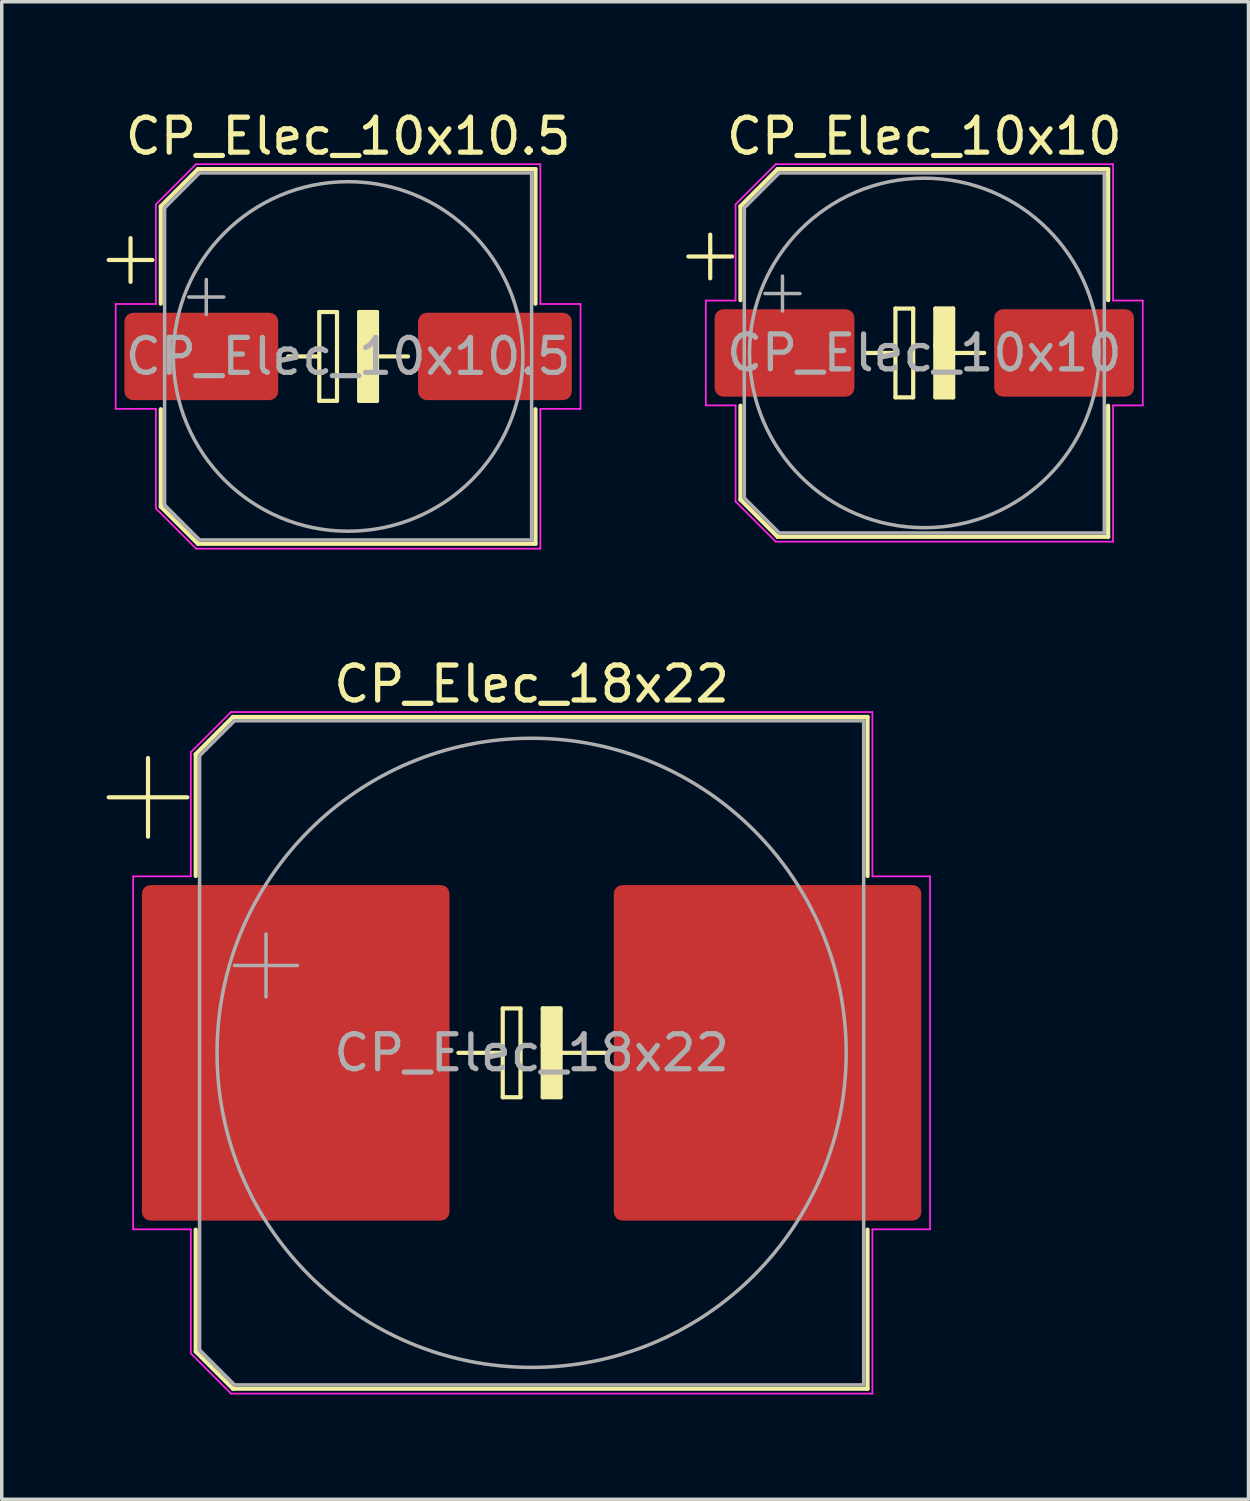
<source format=kicad_pcb>
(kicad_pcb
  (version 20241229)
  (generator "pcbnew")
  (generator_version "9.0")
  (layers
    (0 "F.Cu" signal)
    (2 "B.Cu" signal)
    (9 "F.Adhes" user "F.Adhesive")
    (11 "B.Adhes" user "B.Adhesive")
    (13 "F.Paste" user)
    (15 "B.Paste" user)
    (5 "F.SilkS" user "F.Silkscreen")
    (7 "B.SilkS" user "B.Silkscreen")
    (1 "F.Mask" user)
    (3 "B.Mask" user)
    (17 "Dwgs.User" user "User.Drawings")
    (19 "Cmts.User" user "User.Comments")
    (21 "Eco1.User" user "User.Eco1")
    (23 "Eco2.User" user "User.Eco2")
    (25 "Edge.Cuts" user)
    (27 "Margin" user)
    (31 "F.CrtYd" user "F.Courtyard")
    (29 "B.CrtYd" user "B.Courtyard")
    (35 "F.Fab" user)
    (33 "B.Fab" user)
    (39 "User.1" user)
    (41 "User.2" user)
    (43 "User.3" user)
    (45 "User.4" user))
  (footprint "CP_Elec_10x10.5"
    (layer "F.Cu")
    (at 6.91 7.148)
    (property "Reference" "CP_Elec_10x10.5" (at 0 -6.3 0) (layer "F.SilkS") (effects (font (size 1 1) (thickness 0.15))))
    (attr smd)
    (fp_line (start -6.85 -2.76) (end -5.6 -2.76) (stroke (width 0.12) (type solid)) (layer "F.SilkS"))
    (fp_line (start -6.225 -3.385) (end -6.225 -2.135) (stroke (width 0.12) (type solid)) (layer "F.SilkS"))
    (fp_line (start -5.36 -4.296) (end -5.36 -1.51) (stroke (width 0.12) (type solid)) (layer "F.SilkS"))
    (fp_line (start -5.36 -4.296) (end -4.296 -5.36) (stroke (width 0.12) (type solid)) (layer "F.SilkS"))
    (fp_line (start -5.36 4.296) (end -5.36 1.51) (stroke (width 0.12) (type solid)) (layer "F.SilkS"))
    (fp_line (start -5.36 4.296) (end -4.296 5.36) (stroke (width 0.12) (type solid)) (layer "F.SilkS"))
    (fp_line (start -4.296 -5.36) (end 5.36 -5.36) (stroke (width 0.12) (type solid)) (layer "F.SilkS"))
    (fp_line (start -4.296 5.36) (end 5.36 5.36) (stroke (width 0.12) (type solid)) (layer "F.SilkS"))
    (fp_line (start -1.714 0) (end -0.826 0) (stroke (width 0.12) (type solid)) (layer "F.SilkS"))
    (fp_line (start -0.826 1.27) (end -0.826 -1.27) (stroke (width 0.12) (type solid)) (layer "F.SilkS"))
    (fp_line (start -0.318 -1.27) (end -0.826 -1.27) (stroke (width 0.12) (type solid)) (layer "F.SilkS"))
    (fp_line (start -0.318 -1.27) (end -0.318 1.27) (stroke (width 0.12) (type solid)) (layer "F.SilkS"))
    (fp_line (start -0.318 1.27) (end -0.826 1.27) (stroke (width 0.12) (type solid)) (layer "F.SilkS"))
    (fp_line (start 0.318 -1.27) (end 0.318 -0.191) (stroke (width 0.12) (type solid)) (layer "F.SilkS"))
    (fp_line (start 0.318 -0.254) (end 0.318 1.27) (stroke (width 0.12) (type solid)) (layer "F.SilkS"))
    (fp_line (start 0.318 1.27) (end 0.826 1.27) (stroke (width 0.12) (type solid)) (layer "F.SilkS"))
    (fp_line (start 0.826 -1.27) (end 0.318 -1.27) (stroke (width 0.12) (type solid)) (layer "F.SilkS"))
    (fp_line (start 0.826 0) (end 1.714 0) (stroke (width 0.12) (type solid)) (layer "F.SilkS"))
    (fp_line (start 0.826 1.27) (end 0.826 -1.27) (stroke (width 0.12) (type solid)) (layer "F.SilkS"))
    (fp_line (start 5.36 -5.36) (end 5.36 -1.51) (stroke (width 0.12) (type solid)) (layer "F.SilkS"))
    (fp_line (start 5.36 5.36) (end 5.36 1.51) (stroke (width 0.12) (type solid)) (layer "F.SilkS"))
    (fp_poly (pts (xy 0.826 1.27) (xy 0.318 1.27) (xy 0.318 -1.27) (xy 0.826 -1.27)) (stroke (width 0.1) (type solid)) (fill yes) (layer "F.SilkS"))
    (fp_line (start -6.65 -1.5) (end -6.65 1.5) (stroke (width 0.05) (type solid)) (layer "F.CrtYd"))
    (fp_line (start -6.65 1.5) (end -5.5 1.5) (stroke (width 0.05) (type solid)) (layer "F.CrtYd"))
    (fp_line (start -5.5 -4.35) (end -5.5 -1.5) (stroke (width 0.05) (type solid)) (layer "F.CrtYd"))
    (fp_line (start -5.5 -4.35) (end -4.35 -5.5) (stroke (width 0.05) (type solid)) (layer "F.CrtYd"))
    (fp_line (start -5.5 -1.5) (end -6.65 -1.5) (stroke (width 0.05) (type solid)) (layer "F.CrtYd"))
    (fp_line (start -5.5 1.5) (end -5.5 4.35) (stroke (width 0.05) (type solid)) (layer "F.CrtYd"))
    (fp_line (start -5.5 4.35) (end -4.35 5.5) (stroke (width 0.05) (type solid)) (layer "F.CrtYd"))
    (fp_line (start -4.35 -5.5) (end 5.5 -5.5) (stroke (width 0.05) (type solid)) (layer "F.CrtYd"))
    (fp_line (start -4.35 5.5) (end 5.5 5.5) (stroke (width 0.05) (type solid)) (layer "F.CrtYd"))
    (fp_line (start 5.5 -5.5) (end 5.5 -1.5) (stroke (width 0.05) (type solid)) (layer "F.CrtYd"))
    (fp_line (start 5.5 -1.5) (end 6.65 -1.5) (stroke (width 0.05) (type solid)) (layer "F.CrtYd"))
    (fp_line (start 5.5 1.5) (end 5.5 5.5) (stroke (width 0.05) (type solid)) (layer "F.CrtYd"))
    (fp_line (start 6.65 -1.5) (end 6.65 1.5) (stroke (width 0.05) (type solid)) (layer "F.CrtYd"))
    (fp_line (start 6.65 1.5) (end 5.5 1.5) (stroke (width 0.05) (type solid)) (layer "F.CrtYd"))
    (fp_line (start -5.25 -4.25) (end -5.25 4.25) (stroke (width 0.1) (type solid)) (layer "F.Fab"))
    (fp_line (start -5.25 -4.25) (end -4.25 -5.25) (stroke (width 0.1) (type solid)) (layer "F.Fab"))
    (fp_line (start -5.25 4.25) (end -4.25 5.25) (stroke (width 0.1) (type solid)) (layer "F.Fab"))
    (fp_line (start -4.558 -1.7) (end -3.558 -1.7) (stroke (width 0.1) (type solid)) (layer "F.Fab"))
    (fp_line (start -4.25 -5.25) (end 5.25 -5.25) (stroke (width 0.1) (type solid)) (layer "F.Fab"))
    (fp_line (start -4.25 5.25) (end 5.25 5.25) (stroke (width 0.1) (type solid)) (layer "F.Fab"))
    (fp_line (start -4.058 -2.2) (end -4.058 -1.2) (stroke (width 0.1) (type solid)) (layer "F.Fab"))
    (fp_line (start 5.25 -5.25) (end 5.25 5.25) (stroke (width 0.1) (type solid)) (layer "F.Fab"))
    (fp_circle (center 0 0) (end 5 0) (stroke (width 0.1) (type solid)) (fill no) (layer "F.Fab"))
    (fp_text user "${REFERENCE}" (at 0 0 0) (layer "F.Fab") (effects (font (size 1 1) (thickness 0.15))))
    (pad "1" smd roundrect (at -4.2 0) (size 4.4 2.5) (layers "F.Cu" "F.Mask" "F.Paste") (roundrect_rratio 0.1))
    (pad "2" smd roundrect (at 4.2 0) (size 4.4 2.5) (layers "F.Cu" "F.Mask" "F.Paste") (roundrect_rratio 0.1)))
  (footprint "CP_Elec_18x22"
    (layer "F.Cu")
    (at 12.16 27.072)
    (property "Reference" "CP_Elec_18x22" (at 0 -10.55 0) (layer "F.SilkS") (effects (font (size 1 1) (thickness 0.15))))
    (attr smd)
    (fp_line (start -12.1 -7.31) (end -9.85 -7.31) (stroke (width 0.12) (type solid)) (layer "F.SilkS"))
    (fp_line (start -10.975 -8.435) (end -10.975 -6.185) (stroke (width 0.12) (type solid)) (layer "F.SilkS"))
    (fp_line (start -9.61 -8.546) (end -9.61 -5.06) (stroke (width 0.12) (type solid)) (layer "F.SilkS"))
    (fp_line (start -9.61 -8.546) (end -8.546 -9.61) (stroke (width 0.12) (type solid)) (layer "F.SilkS"))
    (fp_line (start -9.61 8.546) (end -9.61 5.06) (stroke (width 0.12) (type solid)) (layer "F.SilkS"))
    (fp_line (start -9.61 8.546) (end -8.546 9.61) (stroke (width 0.12) (type solid)) (layer "F.SilkS"))
    (fp_line (start -8.546 -9.61) (end 9.61 -9.61) (stroke (width 0.12) (type solid)) (layer "F.SilkS"))
    (fp_line (start -8.546 9.61) (end 9.61 9.61) (stroke (width 0.12) (type solid)) (layer "F.SilkS"))
    (fp_line (start -2.095 0) (end -0.826 0) (stroke (width 0.12) (type solid)) (layer "F.SilkS"))
    (fp_line (start -0.826 1.27) (end -0.826 -1.27) (stroke (width 0.12) (type solid)) (layer "F.SilkS"))
    (fp_line (start -0.318 -1.27) (end -0.826 -1.27) (stroke (width 0.12) (type solid)) (layer "F.SilkS"))
    (fp_line (start -0.318 -1.27) (end -0.318 1.27) (stroke (width 0.12) (type solid)) (layer "F.SilkS"))
    (fp_line (start -0.318 1.27) (end -0.826 1.27) (stroke (width 0.12) (type solid)) (layer "F.SilkS"))
    (fp_line (start 0.318 -1.27) (end 0.318 -0.191) (stroke (width 0.12) (type solid)) (layer "F.SilkS"))
    (fp_line (start 0.318 -0.254) (end 0.318 1.27) (stroke (width 0.12) (type solid)) (layer "F.SilkS"))
    (fp_line (start 0.318 1.27) (end 0.826 1.27) (stroke (width 0.12) (type solid)) (layer "F.SilkS"))
    (fp_line (start 0.826 -1.27) (end 0.318 -1.27) (stroke (width 0.12) (type solid)) (layer "F.SilkS"))
    (fp_line (start 0.826 0) (end 2.095 0) (stroke (width 0.12) (type solid)) (layer "F.SilkS"))
    (fp_line (start 0.826 1.27) (end 0.826 -1.27) (stroke (width 0.12) (type solid)) (layer "F.SilkS"))
    (fp_line (start 9.61 -9.61) (end 9.61 -5.06) (stroke (width 0.12) (type solid)) (layer "F.SilkS"))
    (fp_line (start 9.61 9.61) (end 9.61 5.06) (stroke (width 0.12) (type solid)) (layer "F.SilkS"))
    (fp_poly (pts (xy 0.826 1.27) (xy 0.318 1.27) (xy 0.318 -1.27) (xy 0.826 -1.27)) (stroke (width 0.1) (type solid)) (fill yes) (layer "F.SilkS"))
    (fp_line (start -11.4 -5.05) (end -11.4 5.05) (stroke (width 0.05) (type solid)) (layer "F.CrtYd"))
    (fp_line (start -11.4 5.05) (end -9.75 5.05) (stroke (width 0.05) (type solid)) (layer "F.CrtYd"))
    (fp_line (start -9.75 -8.6) (end -9.75 -5.05) (stroke (width 0.05) (type solid)) (layer "F.CrtYd"))
    (fp_line (start -9.75 -8.6) (end -8.6 -9.75) (stroke (width 0.05) (type solid)) (layer "F.CrtYd"))
    (fp_line (start -9.75 -5.05) (end -11.4 -5.05) (stroke (width 0.05) (type solid)) (layer "F.CrtYd"))
    (fp_line (start -9.75 5.05) (end -9.75 8.6) (stroke (width 0.05) (type solid)) (layer "F.CrtYd"))
    (fp_line (start -9.75 8.6) (end -8.6 9.75) (stroke (width 0.05) (type solid)) (layer "F.CrtYd"))
    (fp_line (start -8.6 -9.75) (end 9.75 -9.75) (stroke (width 0.05) (type solid)) (layer "F.CrtYd"))
    (fp_line (start -8.6 9.75) (end 9.75 9.75) (stroke (width 0.05) (type solid)) (layer "F.CrtYd"))
    (fp_line (start 9.75 -9.75) (end 9.75 -5.05) (stroke (width 0.05) (type solid)) (layer "F.CrtYd"))
    (fp_line (start 9.75 -5.05) (end 11.4 -5.05) (stroke (width 0.05) (type solid)) (layer "F.CrtYd"))
    (fp_line (start 9.75 5.05) (end 9.75 9.75) (stroke (width 0.05) (type solid)) (layer "F.CrtYd"))
    (fp_line (start 11.4 -5.05) (end 11.4 5.05) (stroke (width 0.05) (type solid)) (layer "F.CrtYd"))
    (fp_line (start 11.4 5.05) (end 9.75 5.05) (stroke (width 0.05) (type solid)) (layer "F.CrtYd"))
    (fp_line (start -9.5 -8.5) (end -9.5 8.5) (stroke (width 0.1) (type solid)) (layer "F.Fab"))
    (fp_line (start -9.5 -8.5) (end -8.5 -9.5) (stroke (width 0.1) (type solid)) (layer "F.Fab"))
    (fp_line (start -9.5 8.5) (end -8.5 9.5) (stroke (width 0.1) (type solid)) (layer "F.Fab"))
    (fp_line (start -8.5 -9.5) (end 9.5 -9.5) (stroke (width 0.1) (type solid)) (layer "F.Fab"))
    (fp_line (start -8.5 9.5) (end 9.5 9.5) (stroke (width 0.1) (type solid)) (layer "F.Fab"))
    (fp_line (start -8.499 -2.5) (end -6.699 -2.5) (stroke (width 0.1) (type solid)) (layer "F.Fab"))
    (fp_line (start -7.599 -3.4) (end -7.599 -1.6) (stroke (width 0.1) (type solid)) (layer "F.Fab"))
    (fp_line (start 9.5 -9.5) (end 9.5 9.5) (stroke (width 0.1) (type solid)) (layer "F.Fab"))
    (fp_circle (center 0 0) (end 9 0) (stroke (width 0.1) (type solid)) (fill no) (layer "F.Fab"))
    (fp_text user "${REFERENCE}" (at 0 0 0) (layer "F.Fab") (effects (font (size 1 1) (thickness 0.15))))
    (pad "1" smd roundrect (at -6.75 0) (size 8.8 9.6) (layers "F.Cu" "F.Mask" "F.Paste") (roundrect_rratio 0.028))
    (pad "2" smd roundrect (at 6.75 0) (size 8.8 9.6) (layers "F.Cu" "F.Mask" "F.Paste") (roundrect_rratio 0.028)))
  (footprint "CP_Elec_10x10"
    (layer "F.Cu")
    (at 23.395 7.048)
    (property "Reference" "CP_Elec_10x10" (at 0 -6.2 0) (layer "F.SilkS") (effects (font (size 1 1) (thickness 0.15))))
    (attr smd)
    (fp_line (start -6.75 -2.76) (end -5.5 -2.76) (stroke (width 0.12) (type solid)) (layer "F.SilkS"))
    (fp_line (start -6.125 -3.385) (end -6.125 -2.135) (stroke (width 0.12) (type solid)) (layer "F.SilkS"))
    (fp_line (start -5.26 -4.196) (end -5.26 -1.51) (stroke (width 0.12) (type solid)) (layer "F.SilkS"))
    (fp_line (start -5.26 -4.196) (end -4.196 -5.26) (stroke (width 0.12) (type solid)) (layer "F.SilkS"))
    (fp_line (start -5.26 4.196) (end -5.26 1.51) (stroke (width 0.12) (type solid)) (layer "F.SilkS"))
    (fp_line (start -5.26 4.196) (end -4.196 5.26) (stroke (width 0.12) (type solid)) (layer "F.SilkS"))
    (fp_line (start -4.196 -5.26) (end 5.26 -5.26) (stroke (width 0.12) (type solid)) (layer "F.SilkS"))
    (fp_line (start -4.196 5.26) (end 5.26 5.26) (stroke (width 0.12) (type solid)) (layer "F.SilkS"))
    (fp_line (start -1.714 0) (end -0.826 0) (stroke (width 0.12) (type solid)) (layer "F.SilkS"))
    (fp_line (start -0.826 1.27) (end -0.826 -1.27) (stroke (width 0.12) (type solid)) (layer "F.SilkS"))
    (fp_line (start -0.318 -1.27) (end -0.826 -1.27) (stroke (width 0.12) (type solid)) (layer "F.SilkS"))
    (fp_line (start -0.318 -1.27) (end -0.318 1.27) (stroke (width 0.12) (type solid)) (layer "F.SilkS"))
    (fp_line (start -0.318 1.27) (end -0.826 1.27) (stroke (width 0.12) (type solid)) (layer "F.SilkS"))
    (fp_line (start 0.318 -1.27) (end 0.318 -0.191) (stroke (width 0.12) (type solid)) (layer "F.SilkS"))
    (fp_line (start 0.318 -0.254) (end 0.318 1.27) (stroke (width 0.12) (type solid)) (layer "F.SilkS"))
    (fp_line (start 0.318 1.27) (end 0.826 1.27) (stroke (width 0.12) (type solid)) (layer "F.SilkS"))
    (fp_line (start 0.826 -1.27) (end 0.318 -1.27) (stroke (width 0.12) (type solid)) (layer "F.SilkS"))
    (fp_line (start 0.826 0) (end 1.714 0) (stroke (width 0.12) (type solid)) (layer "F.SilkS"))
    (fp_line (start 0.826 1.27) (end 0.826 -1.27) (stroke (width 0.12) (type solid)) (layer "F.SilkS"))
    (fp_line (start 5.26 -5.26) (end 5.26 -1.51) (stroke (width 0.12) (type solid)) (layer "F.SilkS"))
    (fp_line (start 5.26 5.26) (end 5.26 1.51) (stroke (width 0.12) (type solid)) (layer "F.SilkS"))
    (fp_poly (pts (xy 0.826 1.27) (xy 0.318 1.27) (xy 0.318 -1.27) (xy 0.826 -1.27)) (stroke (width 0.1) (type solid)) (fill yes) (layer "F.SilkS"))
    (fp_line (start -6.25 -1.5) (end -6.25 1.5) (stroke (width 0.05) (type solid)) (layer "F.CrtYd"))
    (fp_line (start -6.25 1.5) (end -5.4 1.5) (stroke (width 0.05) (type solid)) (layer "F.CrtYd"))
    (fp_line (start -5.4 -4.25) (end -5.4 -1.5) (stroke (width 0.05) (type solid)) (layer "F.CrtYd"))
    (fp_line (start -5.4 -4.25) (end -4.25 -5.4) (stroke (width 0.05) (type solid)) (layer "F.CrtYd"))
    (fp_line (start -5.4 -1.5) (end -6.25 -1.5) (stroke (width 0.05) (type solid)) (layer "F.CrtYd"))
    (fp_line (start -5.4 1.5) (end -5.4 4.25) (stroke (width 0.05) (type solid)) (layer "F.CrtYd"))
    (fp_line (start -5.4 4.25) (end -4.25 5.4) (stroke (width 0.05) (type solid)) (layer "F.CrtYd"))
    (fp_line (start -4.25 -5.4) (end 5.4 -5.4) (stroke (width 0.05) (type solid)) (layer "F.CrtYd"))
    (fp_line (start -4.25 5.4) (end 5.4 5.4) (stroke (width 0.05) (type solid)) (layer "F.CrtYd"))
    (fp_line (start 5.4 -5.4) (end 5.4 -1.5) (stroke (width 0.05) (type solid)) (layer "F.CrtYd"))
    (fp_line (start 5.4 -1.5) (end 6.25 -1.5) (stroke (width 0.05) (type solid)) (layer "F.CrtYd"))
    (fp_line (start 5.4 1.5) (end 5.4 5.4) (stroke (width 0.05) (type solid)) (layer "F.CrtYd"))
    (fp_line (start 6.25 -1.5) (end 6.25 1.5) (stroke (width 0.05) (type solid)) (layer "F.CrtYd"))
    (fp_line (start 6.25 1.5) (end 5.4 1.5) (stroke (width 0.05) (type solid)) (layer "F.CrtYd"))
    (fp_line (start -5.15 -4.15) (end -5.15 4.15) (stroke (width 0.1) (type solid)) (layer "F.Fab"))
    (fp_line (start -5.15 -4.15) (end -4.15 -5.15) (stroke (width 0.1) (type solid)) (layer "F.Fab"))
    (fp_line (start -5.15 4.15) (end -4.15 5.15) (stroke (width 0.1) (type solid)) (layer "F.Fab"))
    (fp_line (start -4.558 -1.7) (end -3.558 -1.7) (stroke (width 0.1) (type solid)) (layer "F.Fab"))
    (fp_line (start -4.15 -5.15) (end 5.15 -5.15) (stroke (width 0.1) (type solid)) (layer "F.Fab"))
    (fp_line (start -4.15 5.15) (end 5.15 5.15) (stroke (width 0.1) (type solid)) (layer "F.Fab"))
    (fp_line (start -4.058 -2.2) (end -4.058 -1.2) (stroke (width 0.1) (type solid)) (layer "F.Fab"))
    (fp_line (start 5.15 -5.15) (end 5.15 5.15) (stroke (width 0.1) (type solid)) (layer "F.Fab"))
    (fp_circle (center 0 0) (end 5 0) (stroke (width 0.1) (type solid)) (fill no) (layer "F.Fab"))
    (fp_text user "${REFERENCE}" (at 0 0 0) (layer "F.Fab") (effects (font (size 1 1) (thickness 0.15))))
    (pad "1" smd roundrect (at -4 0) (size 4 2.5) (layers "F.Cu" "F.Mask" "F.Paste") (roundrect_rratio 0.1))
    (pad "2" smd roundrect (at 4 0) (size 4 2.5) (layers "F.Cu" "F.Mask" "F.Paste") (roundrect_rratio 0.1)))
  (gr_rect
    (start -3 -3)
    (end 32.67 39.846)
    (stroke (width 0.1) (type default))
    (fill no)
    (layer "Edge.Cuts")))
</source>
